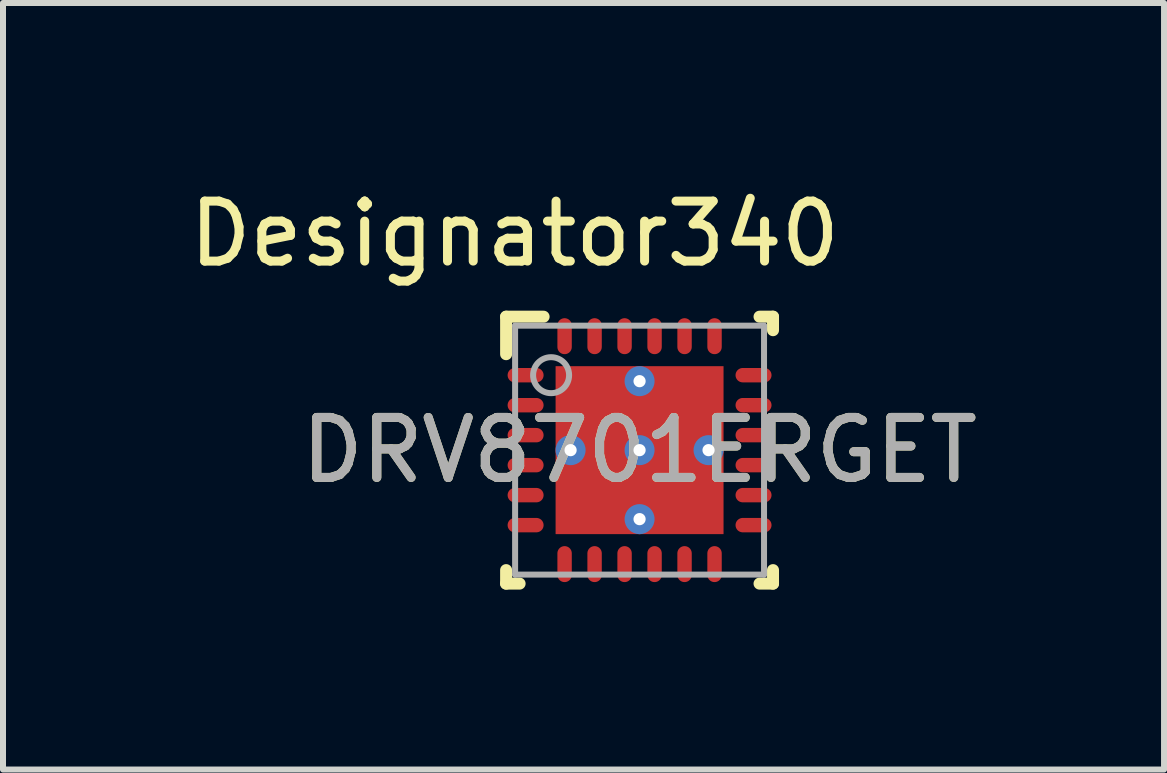
<source format=kicad_pcb>
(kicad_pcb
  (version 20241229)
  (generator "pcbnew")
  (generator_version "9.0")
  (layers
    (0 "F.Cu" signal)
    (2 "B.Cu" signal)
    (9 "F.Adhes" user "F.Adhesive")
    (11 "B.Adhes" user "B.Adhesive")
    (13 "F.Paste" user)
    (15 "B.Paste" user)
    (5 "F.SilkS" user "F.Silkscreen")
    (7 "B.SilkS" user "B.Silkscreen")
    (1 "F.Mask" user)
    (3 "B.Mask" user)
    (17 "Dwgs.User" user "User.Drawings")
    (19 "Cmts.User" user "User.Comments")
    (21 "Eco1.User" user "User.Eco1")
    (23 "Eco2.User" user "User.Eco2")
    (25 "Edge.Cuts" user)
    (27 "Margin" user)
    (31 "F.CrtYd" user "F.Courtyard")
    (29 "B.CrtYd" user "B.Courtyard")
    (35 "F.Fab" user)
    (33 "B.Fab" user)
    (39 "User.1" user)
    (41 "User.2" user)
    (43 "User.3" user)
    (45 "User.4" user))
  (footprint "DRV8701ERGET"
    (layer "F.Cu")
    (at 7.613 4.455)
    (property "Reference" "DRV8701ERGET" (at 0 0 0) (unlocked yes) (layer "F.SilkS") (effects (font (size 1 1) (thickness 0.15))))
    (attr smd)
    (fp_line (start -2.225 -2.225) (end -1.6 -2.225) (stroke (width 0.2) (type solid)) (layer "F.SilkS"))
    (fp_line (start -2.225 -1.6) (end -2.225 -2.225) (stroke (width 0.2) (type solid)) (layer "F.SilkS"))
    (fp_line (start -2.225 2.225) (end -2.225 2) (stroke (width 0.2) (type solid)) (layer "F.SilkS"))
    (fp_line (start -2.225 2.225) (end -2 2.225) (stroke (width 0.2) (type solid)) (layer "F.SilkS"))
    (fp_line (start 2 -2.225) (end 2.225 -2.225) (stroke (width 0.2) (type solid)) (layer "F.SilkS"))
    (fp_line (start 2 2.225) (end 2.225 2.225) (stroke (width 0.2) (type solid)) (layer "F.SilkS"))
    (fp_line (start 2.225 -2) (end 2.225 -2.225) (stroke (width 0.2) (type solid)) (layer "F.SilkS"))
    (fp_line (start 2.225 2.225) (end 2.225 2) (stroke (width 0.2) (type solid)) (layer "F.SilkS"))
    (fp_poly (pts (xy -0.1 -1.329) (xy -1.329 -1.329) (xy -1.329 -0.1) (xy -0.1 -0.1)) (stroke (width 0) (type solid)) (fill yes) (layer "F.Paste"))
    (fp_poly (pts (xy -0.1 0.1) (xy -1.329 0.1) (xy -1.329 1.329) (xy -0.1 1.329)) (stroke (width 0) (type solid)) (fill yes) (layer "F.Paste"))
    (fp_poly (pts (xy 0.1 -0.1) (xy 1.329 -0.1) (xy 1.329 -1.329) (xy 0.1 -1.329)) (stroke (width 0) (type solid)) (fill yes) (layer "F.Paste"))
    (fp_poly (pts (xy 0.1 1.329) (xy 1.329 1.329) (xy 1.329 0.1) (xy 0.1 0.1)) (stroke (width 0) (type solid)) (fill yes) (layer "F.Paste"))
    (fp_line (start -2.075 -2.075) (end 2.075 -2.075) (stroke (width 0.1) (type solid)) (layer "F.Fab"))
    (fp_line (start -2.075 2.075) (end -2.075 -2.075) (stroke (width 0.1) (type solid)) (layer "F.Fab"))
    (fp_line (start -2.075 2.075) (end 2.075 2.075) (stroke (width 0.1) (type solid)) (layer "F.Fab"))
    (fp_line (start 2.075 2.075) (end 2.075 -2.075) (stroke (width 0.1) (type solid)) (layer "F.Fab"))
    (fp_circle (center -1.475 -1.25) (end -1.175 -1.25) (stroke (width 0.1) (type solid)) (fill no) (layer "F.Fab"))
    (fp_text user "Designator340" (at -2.083 -3.607 0) (unlocked yes) (layer "F.SilkS") (effects (font (size 1 1) (thickness 0.15))))
    (fp_text user "${REFERENCE}" (at 0 0 0) (unlocked yes) (layer "F.Fab") (effects (font (size 1 1) (thickness 0.15))))
    (pad "1" smd oval (at -1.9 -1.25 90) (size 0.24 0.6) (layers "F.Cu" "F.Mask" "F.Paste"))
    (pad "2" smd oval (at -1.9 -0.75 90) (size 0.24 0.6) (layers "F.Cu" "F.Mask" "F.Paste"))
    (pad "3" smd oval (at -1.9 -0.25 90) (size 0.24 0.6) (layers "F.Cu" "F.Mask" "F.Paste"))
    (pad "4" smd oval (at -1.9 0.25 90) (size 0.24 0.6) (layers "F.Cu" "F.Mask" "F.Paste"))
    (pad "5" smd oval (at -1.9 0.75 90) (size 0.24 0.6) (layers "F.Cu" "F.Mask" "F.Paste"))
    (pad "6" smd oval (at -1.9 1.25 90) (size 0.24 0.6) (layers "F.Cu" "F.Mask" "F.Paste"))
    (pad "7" smd oval (at -1.25 1.9) (size 0.24 0.6) (layers "F.Cu" "F.Mask" "F.Paste"))
    (pad "8" smd oval (at -0.75 1.9) (size 0.24 0.6) (layers "F.Cu" "F.Mask" "F.Paste"))
    (pad "9" smd oval (at -0.25 1.9) (size 0.24 0.6) (layers "F.Cu" "F.Mask" "F.Paste"))
    (pad "10" smd oval (at 0.25 1.9) (size 0.24 0.6) (layers "F.Cu" "F.Mask" "F.Paste"))
    (pad "11" smd oval (at 0.75 1.9) (size 0.24 0.6) (layers "F.Cu" "F.Mask" "F.Paste"))
    (pad "12" smd oval (at 1.25 1.9) (size 0.24 0.6) (layers "F.Cu" "F.Mask" "F.Paste"))
    (pad "13" smd oval (at 1.9 1.25 90) (size 0.24 0.6) (layers "F.Cu" "F.Mask" "F.Paste"))
    (pad "14" smd oval (at 1.9 0.75 90) (size 0.24 0.6) (layers "F.Cu" "F.Mask" "F.Paste"))
    (pad "15" smd oval (at 1.9 0.25 90) (size 0.24 0.6) (layers "F.Cu" "F.Mask" "F.Paste"))
    (pad "16" smd oval (at 1.9 -0.25 90) (size 0.24 0.6) (layers "F.Cu" "F.Mask" "F.Paste"))
    (pad "17" smd oval (at 1.9 -0.75 90) (size 0.24 0.6) (layers "F.Cu" "F.Mask" "F.Paste"))
    (pad "18" smd oval (at 1.9 -1.25 90) (size 0.24 0.6) (layers "F.Cu" "F.Mask" "F.Paste"))
    (pad "19" smd oval (at 1.25 -1.9) (size 0.24 0.6) (layers "F.Cu" "F.Mask" "F.Paste"))
    (pad "20" smd oval (at 0.75 -1.9) (size 0.24 0.6) (layers "F.Cu" "F.Mask" "F.Paste"))
    (pad "21" smd oval (at 0.25 -1.9) (size 0.24 0.6) (layers "F.Cu" "F.Mask" "F.Paste"))
    (pad "22" smd oval (at -0.25 -1.9) (size 0.24 0.6) (layers "F.Cu" "F.Mask" "F.Paste"))
    (pad "23" smd oval (at -0.75 -1.9) (size 0.24 0.6) (layers "F.Cu" "F.Mask" "F.Paste"))
    (pad "24" smd oval (at -1.25 -1.9) (size 0.24 0.6) (layers "F.Cu" "F.Mask" "F.Paste"))
    (pad "25" smd rect (at 0.000003 0) (size 2.8 2.8) (layers "F.Cu" "F.Mask"))
    (pad "V" thru_hole circle (at -1.15 0) (size 0.5 0.5) (drill 0.203) (layers "*.Cu" "*.Mask"))
    (pad "V" thru_hole circle (at 0.000003 -1.15) (size 0.5 0.5) (drill 0.203) (layers "*.Cu" "*.Mask"))
    (pad "V" thru_hole circle (at 0.000003 0) (size 0.5 0.5) (drill 0.203) (layers "*.Cu" "*.Mask"))
    (pad "V" thru_hole circle (at 0.000003 1.15) (size 0.5 0.5) (drill 0.203) (layers "*.Cu" "*.Mask"))
    (pad "V" thru_hole circle (at 1.15 0) (size 0.5 0.5) (drill 0.203) (layers "*.Cu" "*.Mask")))
  (gr_rect
    (start -3 -3)
    (end 16.357 9.78)
    (stroke (width 0.1) (type default))
    (fill no)
    (layer "Edge.Cuts")))
</source>
